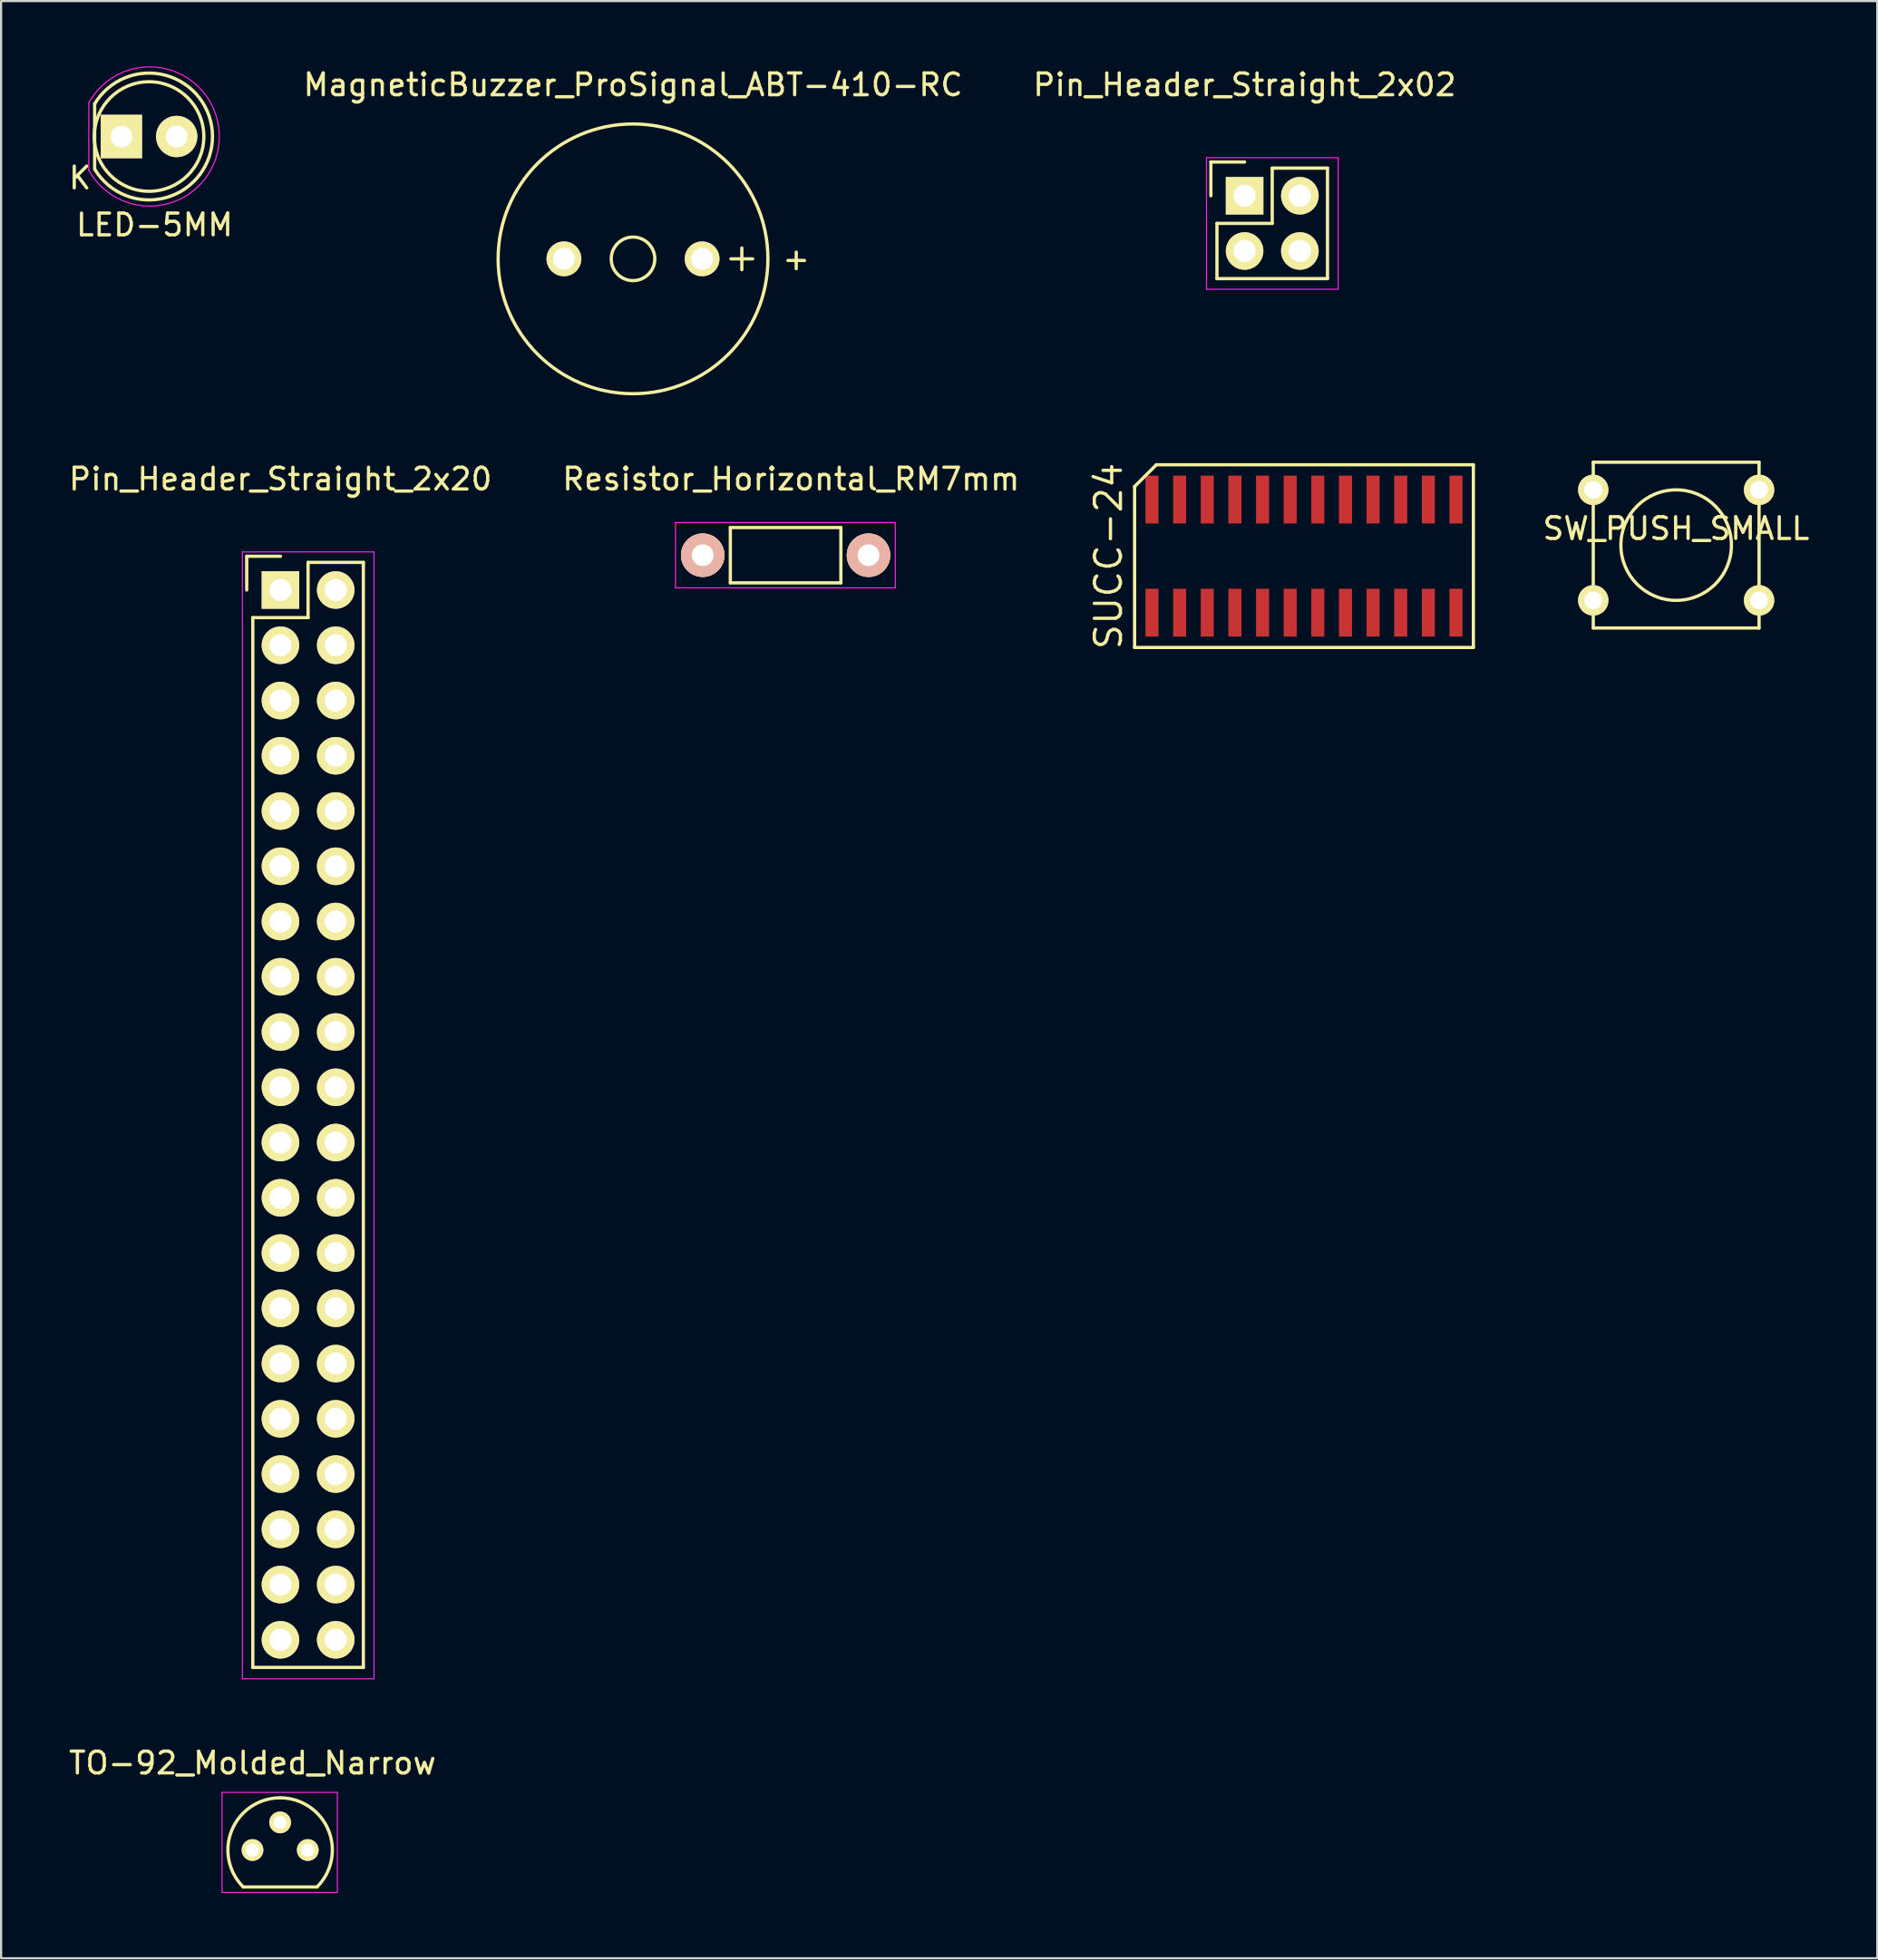
<source format=kicad_pcb>
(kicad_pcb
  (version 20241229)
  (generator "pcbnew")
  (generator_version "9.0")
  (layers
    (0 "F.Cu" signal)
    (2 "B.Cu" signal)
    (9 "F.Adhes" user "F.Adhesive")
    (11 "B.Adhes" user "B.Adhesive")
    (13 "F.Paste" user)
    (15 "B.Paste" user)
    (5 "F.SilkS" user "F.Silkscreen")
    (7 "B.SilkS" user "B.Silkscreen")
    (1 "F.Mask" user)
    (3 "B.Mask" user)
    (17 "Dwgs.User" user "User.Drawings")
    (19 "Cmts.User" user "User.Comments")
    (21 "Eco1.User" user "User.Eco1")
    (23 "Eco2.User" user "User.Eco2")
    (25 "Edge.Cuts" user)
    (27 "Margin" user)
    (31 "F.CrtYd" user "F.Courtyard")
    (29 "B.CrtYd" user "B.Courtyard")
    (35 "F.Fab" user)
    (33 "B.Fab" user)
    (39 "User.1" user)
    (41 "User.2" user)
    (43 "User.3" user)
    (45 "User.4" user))
  (footprint "Pin_Header_Straight_2x02"
    (layer "F.Cu")
    (at 54.149 5.948)
    (property "Reference" "Pin_Header_Straight_2x02" (at 0 -5.1 0) (layer "F.SilkS") (effects (font (size 1 1) (thickness 0.15))))
    (attr through_hole)
    (fp_line (start -1.55 0) (end -1.55 -1.55) (stroke (width 0.15) (type solid)) (layer "F.SilkS"))
    (fp_line (start -1.27 1.27) (end 1.27 1.27) (stroke (width 0.15) (type solid)) (layer "F.SilkS"))
    (fp_line (start -1.27 3.81) (end -1.27 1.27) (stroke (width 0.15) (type solid)) (layer "F.SilkS"))
    (fp_line (start 0 -1.55) (end -1.55 -1.55) (stroke (width 0.15) (type solid)) (layer "F.SilkS"))
    (fp_line (start 1.27 -1.27) (end 3.81 -1.27) (stroke (width 0.15) (type solid)) (layer "F.SilkS"))
    (fp_line (start 1.27 1.27) (end 1.27 -1.27) (stroke (width 0.15) (type solid)) (layer "F.SilkS"))
    (fp_line (start 3.81 -1.27) (end 3.81 3.81) (stroke (width 0.15) (type solid)) (layer "F.SilkS"))
    (fp_line (start 3.81 3.81) (end -1.27 3.81) (stroke (width 0.15) (type solid)) (layer "F.SilkS"))
    (fp_line (start -1.75 -1.75) (end -1.75 4.3) (stroke (width 0.05) (type solid)) (layer "F.CrtYd"))
    (fp_line (start -1.75 -1.75) (end 4.3 -1.75) (stroke (width 0.05) (type solid)) (layer "F.CrtYd"))
    (fp_line (start -1.75 4.3) (end 4.3 4.3) (stroke (width 0.05) (type solid)) (layer "F.CrtYd"))
    (fp_line (start 4.3 -1.75) (end 4.3 4.3) (stroke (width 0.05) (type solid)) (layer "F.CrtYd"))
    (pad "1" thru_hole rect (at 0 0) (size 1.727 1.727) (drill 1.016) (layers "*.Cu" "*.Mask" "F.SilkS"))
    (pad "2" thru_hole oval (at 2.54 0) (size 1.727 1.727) (drill 1.016) (layers "*.Cu" "*.Mask" "F.SilkS"))
    (pad "3" thru_hole oval (at 0 2.54) (size 1.727 1.727) (drill 1.016) (layers "*.Cu" "*.Mask" "F.SilkS"))
    (pad "4" thru_hole oval (at 2.54 2.54) (size 1.727 1.727) (drill 1.016) (layers "*.Cu" "*.Mask" "F.SilkS")))
  (footprint "MagneticBuzzer_ProSignal_ABT-410-RC"
    (layer "F.Cu")
    (at 22.867 8.849)
    (property "Reference" "MagneticBuzzer_ProSignal_ABT-410-RC" (at 3.175 -8.001 0) (layer "F.SilkS") (effects (font (size 1 1) (thickness 0.15))))
    (attr through_hole)
    (fp_line (start 7.676 0) (end 8.674 0) (stroke (width 0.15) (type solid)) (layer "F.SilkS"))
    (fp_line (start 8.176 -0.5) (end 8.176 0.5) (stroke (width 0.15) (type solid)) (layer "F.SilkS"))
    (fp_circle (center 3.175 0) (end 4.176 0) (stroke (width 0.15) (type solid)) (fill no) (layer "F.SilkS"))
    (fp_circle (center 3.175 0) (end 9.375 0) (stroke (width 0.15) (type solid)) (fill no) (layer "F.SilkS"))
    (fp_text user "+" (at 10.676 0 0) (layer "F.SilkS") (effects (font (size 1 1) (thickness 0.15))))
    (pad "1" thru_hole circle (at 0 0) (size 1.6 1.6) (drill 1.001) (layers "*.Cu" "*.Mask" "F.SilkS"))
    (pad "2" thru_hole circle (at 6.35 0) (size 1.6 1.6) (drill 1.001) (layers "*.Cu" "*.Mask" "F.SilkS")))
  (footprint "SUCC-24"
    (layer "F.Cu")
    (at 56.879 22.515)
    (property "Reference" "SUCC-24" (at -8.985 0 90) (layer "F.SilkS") (effects (font (size 1.2 1.2) (thickness 0.15))))
    (attr through_hole)
    (fp_line (start -7.785 -3.2) (end -7.785 4.2) (stroke (width 0.15) (type solid)) (layer "F.SilkS"))
    (fp_line (start -7.785 4.2) (end 7.785 4.2) (stroke (width 0.15) (type solid)) (layer "F.SilkS"))
    (fp_line (start -6.785 -4.2) (end -7.785 -3.2) (stroke (width 0.15) (type solid)) (layer "F.SilkS"))
    (fp_line (start 7.785 -4.2) (end -6.785 -4.2) (stroke (width 0.15) (type solid)) (layer "F.SilkS"))
    (fp_line (start 7.785 4.2) (end 7.785 -4.2) (stroke (width 0.15) (type solid)) (layer "F.SilkS"))
    (pad "1" smd rect (at -6.985 2.6) (size 0.6 2.2) (layers "F.Cu" "F.Mask" "F.Paste"))
    (pad "2" smd rect (at -5.715 2.6) (size 0.6 2.2) (layers "F.Cu" "F.Mask" "F.Paste"))
    (pad "3" smd rect (at -4.445 2.6) (size 0.6 2.2) (layers "F.Cu" "F.Mask" "F.Paste"))
    (pad "4" smd rect (at -3.175 2.6) (size 0.6 2.2) (layers "F.Cu" "F.Mask" "F.Paste"))
    (pad "5" smd rect (at -1.905 2.6) (size 0.6 2.2) (layers "F.Cu" "F.Mask" "F.Paste"))
    (pad "6" smd rect (at -0.635 2.6) (size 0.6 2.2) (layers "F.Cu" "F.Mask" "F.Paste"))
    (pad "7" smd rect (at 0.635 2.6) (size 0.6 2.2) (layers "F.Cu" "F.Mask" "F.Paste"))
    (pad "8" smd rect (at 1.905 2.6) (size 0.6 2.2) (layers "F.Cu" "F.Mask" "F.Paste"))
    (pad "9" smd rect (at 3.175 2.6) (size 0.6 2.2) (layers "F.Cu" "F.Mask" "F.Paste"))
    (pad "10" smd rect (at 4.445 2.6) (size 0.6 2.2) (layers "F.Cu" "F.Mask" "F.Paste"))
    (pad "11" smd rect (at 5.715 2.6) (size 0.6 2.2) (layers "F.Cu" "F.Mask" "F.Paste"))
    (pad "12" smd rect (at 6.985 2.6) (size 0.6 2.2) (layers "F.Cu" "F.Mask" "F.Paste"))
    (pad "13" smd rect (at 6.985 -2.6) (size 0.6 2.2) (layers "F.Cu" "F.Mask" "F.Paste"))
    (pad "14" smd rect (at 5.715 -2.6) (size 0.6 2.2) (layers "F.Cu" "F.Mask" "F.Paste"))
    (pad "15" smd rect (at 4.445 -2.6) (size 0.6 2.2) (layers "F.Cu" "F.Mask" "F.Paste"))
    (pad "16" smd rect (at 3.175 -2.6) (size 0.6 2.2) (layers "F.Cu" "F.Mask" "F.Paste"))
    (pad "17" smd rect (at 1.905 -2.6) (size 0.6 2.2) (layers "F.Cu" "F.Mask" "F.Paste"))
    (pad "18" smd rect (at 0.635 -2.6) (size 0.6 2.2) (layers "F.Cu" "F.Mask" "F.Paste"))
    (pad "19" smd rect (at -0.635 -2.6) (size 0.6 2.2) (layers "F.Cu" "F.Mask" "F.Paste"))
    (pad "20" smd rect (at -1.905 -2.6) (size 0.6 2.2) (layers "F.Cu" "F.Mask" "F.Paste"))
    (pad "21" smd rect (at -3.175 -2.6) (size 0.6 2.2) (layers "F.Cu" "F.Mask" "F.Paste"))
    (pad "22" smd rect (at -4.445 -2.6) (size 0.6 2.2) (layers "F.Cu" "F.Mask" "F.Paste"))
    (pad "23" smd rect (at -5.715 -2.6) (size 0.6 2.2) (layers "F.Cu" "F.Mask" "F.Paste"))
    (pad "24" smd rect (at -6.985 -2.6) (size 0.6 2.2) (layers "F.Cu" "F.Mask" "F.Paste")))
  (footprint "TO-92_Molded_Narrow"
    (layer "F.Cu")
    (at 8.554 81.996)
    (property "Reference" "TO-92_Molded_Narrow" (at 0 -4 0) (layer "F.SilkS") (effects (font (size 1 1) (thickness 0.15))))
    (attr through_hole)
    (fp_line (start -0.43 1.7) (end 2.97 1.7) (stroke (width 0.15) (type solid)) (layer "F.SilkS"))
    (fp_arc (start -0.427056 1.697056) (mid -0.947311 -0.91844) (end 1.27 -2.4) (stroke (width 0.15) (type solid)) (layer "F.SilkS"))
    (fp_arc (start 1.27 -2.4) (mid 3.487311 -0.91844) (end 2.967056 1.697056) (stroke (width 0.15) (type solid)) (layer "F.SilkS"))
    (fp_line (start -1.4 -2.65) (end 3.9 -2.65) (stroke (width 0.05) (type solid)) (layer "F.CrtYd"))
    (fp_line (start -1.4 1.95) (end -1.4 -2.65) (stroke (width 0.05) (type solid)) (layer "F.CrtYd"))
    (fp_line (start -1.4 1.95) (end 3.9 1.95) (stroke (width 0.05) (type solid)) (layer "F.CrtYd"))
    (fp_line (start 3.9 1.95) (end 3.9 -2.65) (stroke (width 0.05) (type solid)) (layer "F.CrtYd"))
    (pad "1" thru_hole circle (at 0 0 90) (size 1.001 1.001) (drill 0.6) (layers "*.Cu" "*.Mask" "F.SilkS"))
    (pad "2" thru_hole circle (at 1.27 -1.27 90) (size 1.001 1.001) (drill 0.6) (layers "*.Cu" "*.Mask" "F.SilkS"))
    (pad "3" thru_hole circle (at 2.54 0 90) (size 1.001 1.001) (drill 0.6) (layers "*.Cu" "*.Mask" "F.SilkS")))
  (footprint "Pin_Header_Straight_2x20"
    (layer "F.Cu")
    (at 9.839 24.073)
    (property "Reference" "Pin_Header_Straight_2x20" (at 0 -5.1 0) (layer "F.SilkS") (effects (font (size 1 1) (thickness 0.15))))
    (attr through_hole)
    (fp_line (start -1.55 -1.55) (end -1.55 0) (stroke (width 0.15) (type solid)) (layer "F.SilkS"))
    (fp_line (start -1.27 1.27) (end -1.27 49.53) (stroke (width 0.15) (type solid)) (layer "F.SilkS"))
    (fp_line (start 0 -1.55) (end -1.55 -1.55) (stroke (width 0.15) (type solid)) (layer "F.SilkS"))
    (fp_line (start 1.27 -1.27) (end 1.27 1.27) (stroke (width 0.15) (type solid)) (layer "F.SilkS"))
    (fp_line (start 1.27 1.27) (end -1.27 1.27) (stroke (width 0.15) (type solid)) (layer "F.SilkS"))
    (fp_line (start 3.81 -1.27) (end 1.27 -1.27) (stroke (width 0.15) (type solid)) (layer "F.SilkS"))
    (fp_line (start 3.81 49.53) (end -1.27 49.53) (stroke (width 0.15) (type solid)) (layer "F.SilkS"))
    (fp_line (start 3.81 49.53) (end 3.81 -1.27) (stroke (width 0.15) (type solid)) (layer "F.SilkS"))
    (fp_line (start -1.75 -1.75) (end -1.75 50.05) (stroke (width 0.05) (type solid)) (layer "F.CrtYd"))
    (fp_line (start -1.75 -1.75) (end 4.3 -1.75) (stroke (width 0.05) (type solid)) (layer "F.CrtYd"))
    (fp_line (start -1.75 50.05) (end 4.3 50.05) (stroke (width 0.05) (type solid)) (layer "F.CrtYd"))
    (fp_line (start 4.3 -1.75) (end 4.3 50.05) (stroke (width 0.05) (type solid)) (layer "F.CrtYd"))
    (pad "1" thru_hole rect (at 0 0) (size 1.727 1.727) (drill 1.016) (layers "*.Cu" "*.Mask" "F.SilkS"))
    (pad "2" thru_hole oval (at 2.54 0) (size 1.727 1.727) (drill 1.016) (layers "*.Cu" "*.Mask" "F.SilkS"))
    (pad "3" thru_hole oval (at 0 2.54) (size 1.727 1.727) (drill 1.016) (layers "*.Cu" "*.Mask" "F.SilkS"))
    (pad "4" thru_hole oval (at 2.54 2.54) (size 1.727 1.727) (drill 1.016) (layers "*.Cu" "*.Mask" "F.SilkS"))
    (pad "5" thru_hole oval (at 0 5.08) (size 1.727 1.727) (drill 1.016) (layers "*.Cu" "*.Mask" "F.SilkS"))
    (pad "6" thru_hole oval (at 2.54 5.08) (size 1.727 1.727) (drill 1.016) (layers "*.Cu" "*.Mask" "F.SilkS"))
    (pad "7" thru_hole oval (at 0 7.62) (size 1.727 1.727) (drill 1.016) (layers "*.Cu" "*.Mask" "F.SilkS"))
    (pad "8" thru_hole oval (at 2.54 7.62) (size 1.727 1.727) (drill 1.016) (layers "*.Cu" "*.Mask" "F.SilkS"))
    (pad "9" thru_hole oval (at 0 10.16) (size 1.727 1.727) (drill 1.016) (layers "*.Cu" "*.Mask" "F.SilkS"))
    (pad "10" thru_hole oval (at 2.54 10.16) (size 1.727 1.727) (drill 1.016) (layers "*.Cu" "*.Mask" "F.SilkS"))
    (pad "11" thru_hole oval (at 0 12.7) (size 1.727 1.727) (drill 1.016) (layers "*.Cu" "*.Mask" "F.SilkS"))
    (pad "12" thru_hole oval (at 2.54 12.7) (size 1.727 1.727) (drill 1.016) (layers "*.Cu" "*.Mask" "F.SilkS"))
    (pad "13" thru_hole oval (at 0 15.24) (size 1.727 1.727) (drill 1.016) (layers "*.Cu" "*.Mask" "F.SilkS"))
    (pad "14" thru_hole oval (at 2.54 15.24) (size 1.727 1.727) (drill 1.016) (layers "*.Cu" "*.Mask" "F.SilkS"))
    (pad "15" thru_hole oval (at 0 17.78) (size 1.727 1.727) (drill 1.016) (layers "*.Cu" "*.Mask" "F.SilkS"))
    (pad "16" thru_hole oval (at 2.54 17.78) (size 1.727 1.727) (drill 1.016) (layers "*.Cu" "*.Mask" "F.SilkS"))
    (pad "17" thru_hole oval (at 0 20.32) (size 1.727 1.727) (drill 1.016) (layers "*.Cu" "*.Mask" "F.SilkS"))
    (pad "18" thru_hole oval (at 2.54 20.32) (size 1.727 1.727) (drill 1.016) (layers "*.Cu" "*.Mask" "F.SilkS"))
    (pad "19" thru_hole oval (at 0 22.86) (size 1.727 1.727) (drill 1.016) (layers "*.Cu" "*.Mask" "F.SilkS"))
    (pad "20" thru_hole oval (at 2.54 22.86) (size 1.727 1.727) (drill 1.016) (layers "*.Cu" "*.Mask" "F.SilkS"))
    (pad "21" thru_hole oval (at 0 25.4) (size 1.727 1.727) (drill 1.016) (layers "*.Cu" "*.Mask" "F.SilkS"))
    (pad "22" thru_hole oval (at 2.54 25.4) (size 1.727 1.727) (drill 1.016) (layers "*.Cu" "*.Mask" "F.SilkS"))
    (pad "23" thru_hole oval (at 0 27.94) (size 1.727 1.727) (drill 1.016) (layers "*.Cu" "*.Mask" "F.SilkS"))
    (pad "24" thru_hole oval (at 2.54 27.94) (size 1.727 1.727) (drill 1.016) (layers "*.Cu" "*.Mask" "F.SilkS"))
    (pad "25" thru_hole oval (at 0 30.48) (size 1.727 1.727) (drill 1.016) (layers "*.Cu" "*.Mask" "F.SilkS"))
    (pad "26" thru_hole oval (at 2.54 30.48) (size 1.727 1.727) (drill 1.016) (layers "*.Cu" "*.Mask" "F.SilkS"))
    (pad "27" thru_hole oval (at 0 33.02) (size 1.727 1.727) (drill 1.016) (layers "*.Cu" "*.Mask" "F.SilkS"))
    (pad "28" thru_hole oval (at 2.54 33.02) (size 1.727 1.727) (drill 1.016) (layers "*.Cu" "*.Mask" "F.SilkS"))
    (pad "29" thru_hole oval (at 0 35.56) (size 1.727 1.727) (drill 1.016) (layers "*.Cu" "*.Mask" "F.SilkS"))
    (pad "30" thru_hole oval (at 2.54 35.56) (size 1.727 1.727) (drill 1.016) (layers "*.Cu" "*.Mask" "F.SilkS"))
    (pad "31" thru_hole oval (at 0 38.1) (size 1.727 1.727) (drill 1.016) (layers "*.Cu" "*.Mask" "F.SilkS"))
    (pad "32" thru_hole oval (at 2.54 38.1) (size 1.727 1.727) (drill 1.016) (layers "*.Cu" "*.Mask" "F.SilkS"))
    (pad "33" thru_hole oval (at 0 40.64) (size 1.727 1.727) (drill 1.016) (layers "*.Cu" "*.Mask" "F.SilkS"))
    (pad "34" thru_hole oval (at 2.54 40.64) (size 1.727 1.727) (drill 1.016) (layers "*.Cu" "*.Mask" "F.SilkS"))
    (pad "35" thru_hole oval (at 0 43.18) (size 1.727 1.727) (drill 1.016) (layers "*.Cu" "*.Mask" "F.SilkS"))
    (pad "36" thru_hole oval (at 2.54 43.18) (size 1.727 1.727) (drill 1.016) (layers "*.Cu" "*.Mask" "F.SilkS"))
    (pad "37" thru_hole oval (at 0 45.72) (size 1.727 1.727) (drill 1.016) (layers "*.Cu" "*.Mask" "F.SilkS"))
    (pad "38" thru_hole oval (at 2.54 45.72) (size 1.727 1.727) (drill 1.016) (layers "*.Cu" "*.Mask" "F.SilkS"))
    (pad "39" thru_hole oval (at 0 48.26) (size 1.727 1.727) (drill 1.016) (layers "*.Cu" "*.Mask" "F.SilkS"))
    (pad "40" thru_hole oval (at 2.54 48.26) (size 1.727 1.727) (drill 1.016) (layers "*.Cu" "*.Mask" "F.SilkS")))
  (footprint "Resistor_Horizontal_RM7mm"
    (layer "F.Cu")
    (at 29.245 22.473)
    (property "Reference" "Resistor_Horizontal_RM7mm" (at 4.059 -3.5 0) (layer "F.SilkS") (effects (font (size 1 1) (thickness 0.15))))
    (attr through_hole)
    (fp_line (start 1.27 -1.27) (end 6.35 -1.27) (stroke (width 0.15) (type solid)) (layer "F.SilkS"))
    (fp_line (start 1.27 1.27) (end 1.27 -1.27) (stroke (width 0.15) (type solid)) (layer "F.SilkS"))
    (fp_line (start 6.35 -1.27) (end 6.35 1.27) (stroke (width 0.15) (type solid)) (layer "F.SilkS"))
    (fp_line (start 6.35 1.27) (end 1.27 1.27) (stroke (width 0.15) (type solid)) (layer "F.SilkS"))
    (fp_line (start -1.25 -1.5) (end 8.85 -1.5) (stroke (width 0.05) (type solid)) (layer "F.CrtYd"))
    (fp_line (start -1.25 1.5) (end -1.25 -1.5) (stroke (width 0.05) (type solid)) (layer "F.CrtYd"))
    (fp_line (start -1.25 1.5) (end 8.85 1.5) (stroke (width 0.05) (type solid)) (layer "F.CrtYd"))
    (fp_line (start 8.85 -1.5) (end 8.85 1.5) (stroke (width 0.05) (type solid)) (layer "F.CrtYd"))
    (pad "1" thru_hole circle (at 0 0) (size 1.999 1.999) (drill 1.001) (layers "*.Cu" "*.SilkS" "*.Mask"))
    (pad "2" thru_hole circle (at 7.62 0) (size 1.999 1.999) (drill 1.001) (layers "*.Cu" "*.SilkS" "*.Mask")))
  (footprint "LED-5MM"
    (layer "F.Cu")
    (at 2.53 3.225)
    (property "Reference" "LED-5MM" (at 1.524 4.064 0) (layer "F.SilkS") (effects (font (size 1 1) (thickness 0.15))))
    (attr through_hole)
    (fp_line (start -1.23 1.5) (end -1.23 -1.5) (stroke (width 0.15) (type solid)) (layer "F.SilkS"))
    (fp_arc (start -1.23 -1.5) (mid 4.18544 -0.014565) (end -1.214888 1.524904) (stroke (width 0.15) (type solid)) (layer "F.SilkS"))
    (fp_circle (center 1.27 0) (end 0.97 -2.5) (stroke (width 0.15) (type solid)) (fill no) (layer "F.SilkS"))
    (fp_line (start -1.5 -1.55) (end -1.5 1.55) (stroke (width 0.05) (type solid)) (layer "F.CrtYd"))
    (fp_arc (start -1.498248 -1.55316) (mid 4.50039 0.001807) (end -1.5 1.55) (stroke (width 0.05) (type solid)) (layer "F.CrtYd"))
    (fp_text user "K" (at -1.905 1.905 0) (layer "F.SilkS") (effects (font (size 1 1) (thickness 0.15))))
    (pad "1" thru_hole rect (at 0 0 90) (size 2 1.9) (drill 1.001) (layers "*.Cu" "*.Mask" "F.SilkS"))
    (pad "2" thru_hole circle (at 2.54 0) (size 1.9 1.9) (drill 1.001) (layers "*.Cu" "*.Mask" "F.SilkS")))
  (footprint "SW_PUSH_SMALL"
    (layer "F.Cu")
    (at 73.983 22.009)
    (property "Reference" "SW_PUSH_SMALL" (at 0 -0.762 0) (layer "F.SilkS") (effects (font (size 1 1) (thickness 0.15))))
    (attr through_hole)
    (fp_line (start -3.81 -3.81) (end -3.81 3.81) (stroke (width 0.15) (type solid)) (layer "F.SilkS"))
    (fp_line (start -3.81 -3.81) (end 3.81 -3.81) (stroke (width 0.15) (type solid)) (layer "F.SilkS"))
    (fp_line (start 3.81 -3.81) (end 3.81 3.81) (stroke (width 0.15) (type solid)) (layer "F.SilkS"))
    (fp_line (start 3.81 3.81) (end -3.81 3.81) (stroke (width 0.15) (type solid)) (layer "F.SilkS"))
    (fp_circle (center 0 0) (end 0 -2.54) (stroke (width 0.15) (type solid)) (fill no) (layer "F.SilkS"))
    (pad "1" thru_hole circle (at -3.81 -2.54) (size 1.397 1.397) (drill 0.813) (layers "*.Cu" "*.Mask" "F.SilkS"))
    (pad "1" thru_hole circle (at 3.81 -2.54) (size 1.397 1.397) (drill 0.813) (layers "*.Cu" "*.Mask" "F.SilkS"))
    (pad "2" thru_hole circle (at -3.81 2.54) (size 1.397 1.397) (drill 0.813) (layers "*.Cu" "*.Mask" "F.SilkS"))
    (pad "2" thru_hole circle (at 3.81 2.54) (size 1.397 1.397) (drill 0.813) (layers "*.Cu" "*.Mask" "F.SilkS")))
  (gr_rect
    (start -3 -3)
    (end 83.227 86.971)
    (stroke (width 0.1) (type default))
    (fill no)
    (layer "Edge.Cuts")))
</source>
